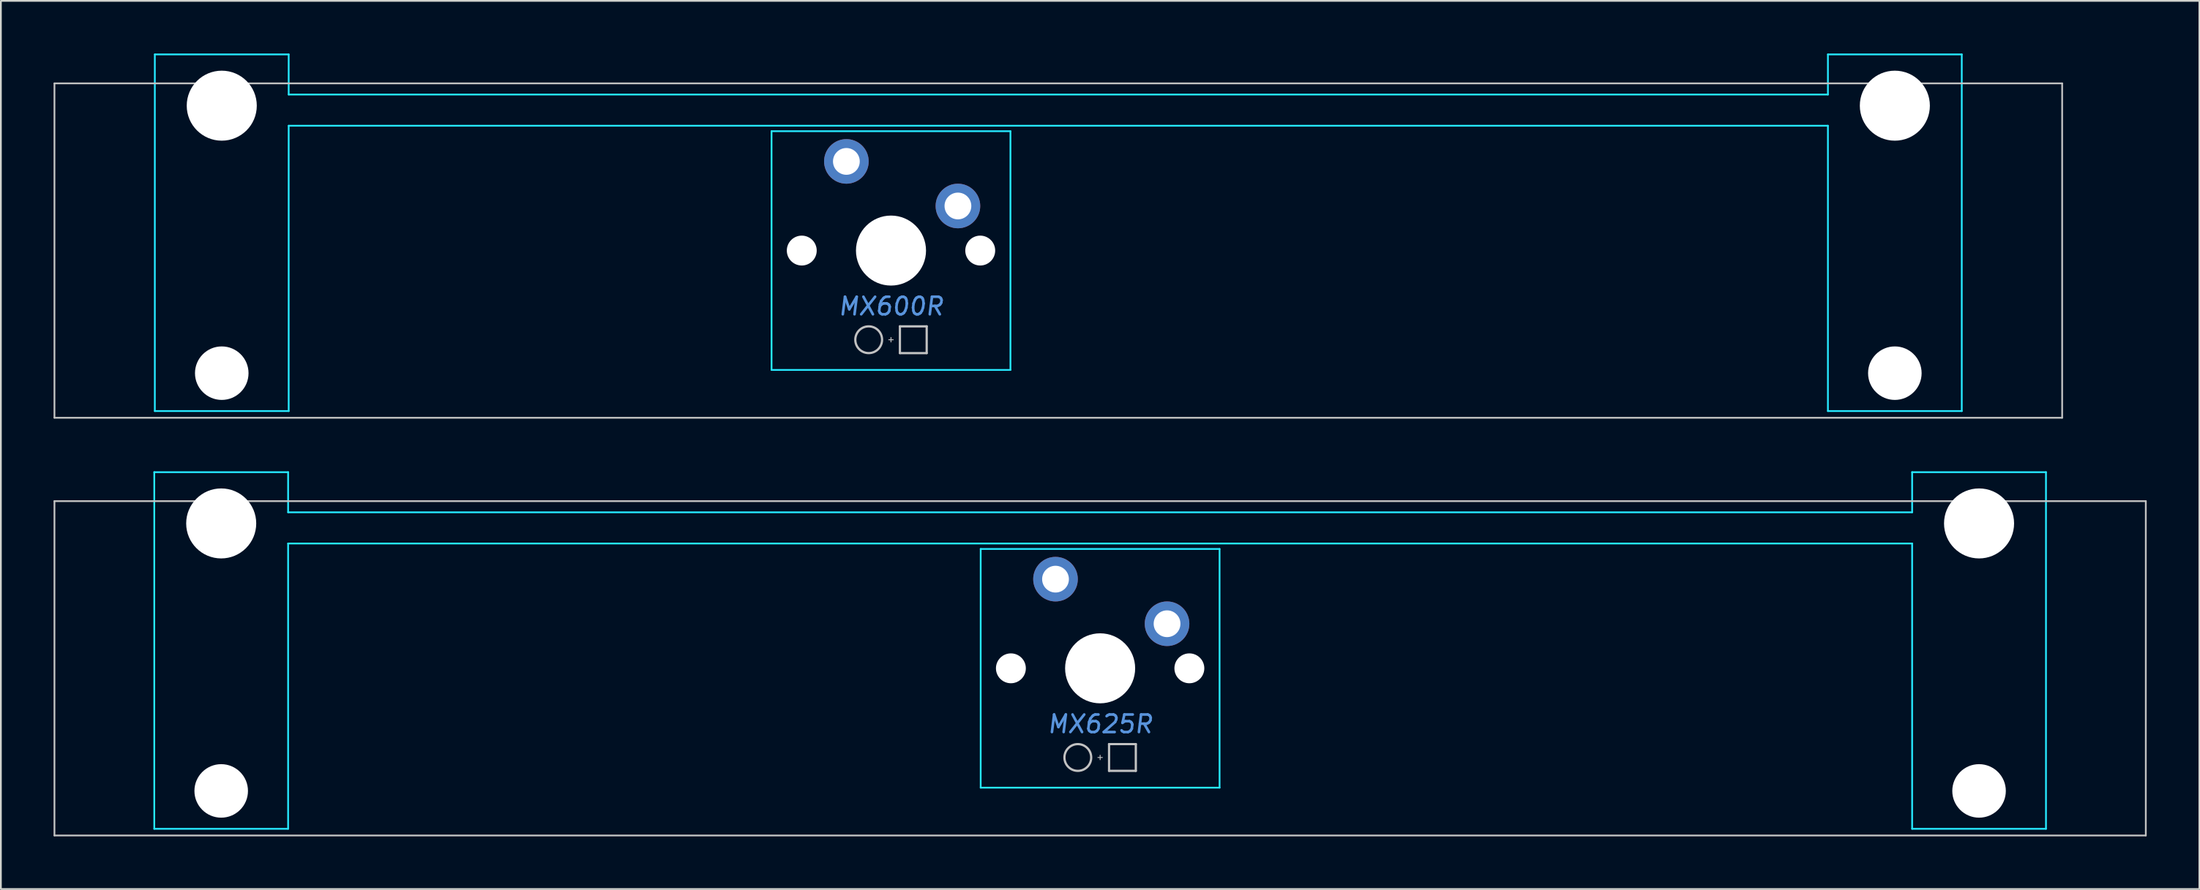
<source format=kicad_pcb>
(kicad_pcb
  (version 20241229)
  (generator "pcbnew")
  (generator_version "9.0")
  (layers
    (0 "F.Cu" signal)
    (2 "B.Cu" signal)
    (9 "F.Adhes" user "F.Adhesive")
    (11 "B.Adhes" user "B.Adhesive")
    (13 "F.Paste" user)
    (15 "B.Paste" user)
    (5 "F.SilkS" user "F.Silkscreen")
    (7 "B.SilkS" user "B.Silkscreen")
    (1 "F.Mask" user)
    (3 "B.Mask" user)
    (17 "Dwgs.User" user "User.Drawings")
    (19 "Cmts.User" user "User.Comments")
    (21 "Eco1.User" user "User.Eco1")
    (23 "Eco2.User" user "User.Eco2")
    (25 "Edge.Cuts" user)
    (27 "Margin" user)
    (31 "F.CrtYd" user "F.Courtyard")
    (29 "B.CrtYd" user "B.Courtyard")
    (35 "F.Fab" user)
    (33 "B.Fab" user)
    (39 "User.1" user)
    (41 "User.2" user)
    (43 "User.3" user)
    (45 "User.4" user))
  (footprint "MX625R"
    (layer "F.Cu")
    (at 59.581 35.027)
    (property "Reference" "MX625R" (at 0 3.175 0) (layer "Cmts.User") (effects (font (size 1 1) (thickness 0.15) (italic yes))))
    (attr through_hole)
    (fp_line (start -59.531 -9.525) (end -59.531 9.525) (stroke (width 0.1) (type solid)) (layer "Dwgs.User"))
    (fp_line (start -59.531 -9.525) (end 59.531 -9.525) (stroke (width 0.1) (type solid)) (layer "Dwgs.User"))
    (fp_line (start -59.531 9.525) (end 59.531 9.525) (stroke (width 0.1) (type solid)) (layer "Dwgs.User"))
    (fp_line (start -0.127 5.08) (end 0.127 5.08) (stroke (width 0.051) (type solid)) (layer "Dwgs.User"))
    (fp_line (start 0 5.207) (end 0 4.953) (stroke (width 0.051) (type solid)) (layer "Dwgs.User"))
    (fp_line (start 0.508 4.318) (end 0.508 5.842) (stroke (width 0.127) (type solid)) (layer "Dwgs.User"))
    (fp_line (start 0.508 4.318) (end 2.032 4.318) (stroke (width 0.127) (type solid)) (layer "Dwgs.User"))
    (fp_line (start 0.508 5.842) (end 2.032 5.842) (stroke (width 0.127) (type solid)) (layer "Dwgs.User"))
    (fp_line (start 2.032 5.842) (end 2.032 4.318) (stroke (width 0.127) (type solid)) (layer "Dwgs.User"))
    (fp_line (start 59.531 -9.525) (end 59.531 9.525) (stroke (width 0.1) (type solid)) (layer "Dwgs.User"))
    (fp_circle (center -1.27 5.08) (end -0.508 5.08) (stroke (width 0.127) (type solid)) (fill no) (layer "Dwgs.User"))
    (fp_line (start -53.538 -8.515) (end -53.538 5.485) (stroke (width 0.1) (type solid)) (layer "Eco1.User"))
    (fp_line (start -53.038 -9.015) (end -47.038 -9.015) (stroke (width 0.1) (type solid)) (layer "Eco1.User"))
    (fp_line (start -47.038 5.985) (end -53.038 5.985) (stroke (width 0.1) (type solid)) (layer "Eco1.User"))
    (fp_line (start -46.538 5.485) (end -46.538 -8.515) (stroke (width 0.1) (type solid)) (layer "Eco1.User"))
    (fp_line (start -7 -6.5) (end -7 6.5) (stroke (width 0.1) (type solid)) (layer "Eco1.User"))
    (fp_line (start -6.5 7) (end 6.5 7) (stroke (width 0.1) (type solid)) (layer "Eco1.User"))
    (fp_line (start 6.5 -7) (end -6.5 -7) (stroke (width 0.1) (type solid)) (layer "Eco1.User"))
    (fp_line (start 7 6.5) (end 7 -6.5) (stroke (width 0.1) (type solid)) (layer "Eco1.User"))
    (fp_line (start 46.538 -8.515) (end 46.538 5.485) (stroke (width 0.1) (type solid)) (layer "Eco1.User"))
    (fp_line (start 47.038 -9.015) (end 53.038 -9.015) (stroke (width 0.1) (type solid)) (layer "Eco1.User"))
    (fp_line (start 53.038 5.985) (end 47.038 5.985) (stroke (width 0.1) (type solid)) (layer "Eco1.User"))
    (fp_line (start 53.538 5.485) (end 53.538 -8.515) (stroke (width 0.1) (type solid)) (layer "Eco1.User"))
    (fp_arc (start -53.538 -8.515) (mid -53.391553 -8.868553) (end -53.038 -9.015) (stroke (width 0.1) (type solid)) (layer "Eco1.User"))
    (fp_arc (start -53.038 5.985) (mid -53.391553 5.838553) (end -53.538 5.485) (stroke (width 0.1) (type solid)) (layer "Eco1.User"))
    (fp_arc (start -47.038 -9.015) (mid -46.684447 -8.868553) (end -46.538 -8.515) (stroke (width 0.1) (type solid)) (layer "Eco1.User"))
    (fp_arc (start -46.538 5.485) (mid -46.684447 5.838553) (end -47.038 5.985) (stroke (width 0.1) (type solid)) (layer "Eco1.User"))
    (fp_arc (start -7 -6.5) (mid -6.853553 -6.853553) (end -6.5 -7) (stroke (width 0.1) (type solid)) (layer "Eco1.User"))
    (fp_arc (start -6.5 7) (mid -6.853553 6.853553) (end -7 6.5) (stroke (width 0.1) (type solid)) (layer "Eco1.User"))
    (fp_arc (start 6.5 -7) (mid 6.853553 -6.853553) (end 7 -6.5) (stroke (width 0.1) (type solid)) (layer "Eco1.User"))
    (fp_arc (start 7 6.5) (mid 6.853553 6.853553) (end 6.5 7) (stroke (width 0.1) (type solid)) (layer "Eco1.User"))
    (fp_arc (start 46.538 -8.515) (mid 46.684447 -8.868553) (end 47.038 -9.015) (stroke (width 0.1) (type solid)) (layer "Eco1.User"))
    (fp_arc (start 47.038 5.985) (mid 46.684447 5.838553) (end 46.538 5.485) (stroke (width 0.1) (type solid)) (layer "Eco1.User"))
    (fp_arc (start 53.038 -9.015) (mid 53.391553 -8.868553) (end 53.538 -8.515) (stroke (width 0.1) (type solid)) (layer "Eco1.User"))
    (fp_arc (start 53.538 5.485) (mid 53.391553 5.838553) (end 53.038 5.985) (stroke (width 0.1) (type solid)) (layer "Eco1.User"))
    (fp_line (start -53.848 9.144) (end -53.848 -11.176) (stroke (width 0.1) (type solid)) (layer "B.CrtYd"))
    (fp_line (start -46.228 -11.176) (end -53.848 -11.176) (stroke (width 0.1) (type solid)) (layer "B.CrtYd"))
    (fp_line (start -46.228 -8.89) (end -46.228 -11.176) (stroke (width 0.1) (type solid)) (layer "B.CrtYd"))
    (fp_line (start -46.228 -7.112) (end -46.228 9.144) (stroke (width 0.1) (type solid)) (layer "B.CrtYd"))
    (fp_line (start -46.228 9.144) (end -53.848 9.144) (stroke (width 0.1) (type solid)) (layer "B.CrtYd"))
    (fp_line (start -6.8 -6.8) (end -6.8 6.8) (stroke (width 0.1) (type solid)) (layer "B.CrtYd"))
    (fp_line (start -6.8 -6.8) (end 6.8 -6.8) (stroke (width 0.1) (type solid)) (layer "B.CrtYd"))
    (fp_line (start -6.8 6.8) (end 6.8 6.8) (stroke (width 0.1) (type solid)) (layer "B.CrtYd"))
    (fp_line (start 6.8 6.8) (end 6.8 -6.8) (stroke (width 0.1) (type solid)) (layer "B.CrtYd"))
    (fp_line (start 46.228 -8.89) (end -46.228 -8.89) (stroke (width 0.1) (type solid)) (layer "B.CrtYd"))
    (fp_line (start 46.228 -8.89) (end 46.228 -11.176) (stroke (width 0.1) (type solid)) (layer "B.CrtYd"))
    (fp_line (start 46.228 -7.112) (end -46.228 -7.112) (stroke (width 0.1) (type solid)) (layer "B.CrtYd"))
    (fp_line (start 46.228 -7.112) (end 46.228 9.144) (stroke (width 0.1) (type solid)) (layer "B.CrtYd"))
    (fp_line (start 53.848 -11.176) (end 46.228 -11.176) (stroke (width 0.1) (type solid)) (layer "B.CrtYd"))
    (fp_line (start 53.848 9.144) (end 46.228 9.144) (stroke (width 0.1) (type solid)) (layer "B.CrtYd"))
    (fp_line (start 53.848 9.144) (end 53.848 -11.176) (stroke (width 0.1) (type solid)) (layer "B.CrtYd"))
    (pad "" np_thru_hole circle (at -50.038 -8.255) (size 3.988 3.988) (drill 3.988) (layers "*.Cu" "*.Mask"))
    (pad "" np_thru_hole circle (at -50.038 6.985) (size 3.048 3.048) (drill 3.048) (layers "*.Cu" "*.Mask"))
    (pad "" np_thru_hole circle (at -5.08 0) (size 1.702 1.702) (drill 1.702) (layers "*.Cu" "*.Mask"))
    (pad "" np_thru_hole circle (at 0 0) (size 3.988 3.988) (drill 3.988) (layers "*.Cu" "*.Mask"))
    (pad "" np_thru_hole circle (at 5.08 0) (size 1.702 1.702) (drill 1.702) (layers "*.Cu" "*.Mask"))
    (pad "" np_thru_hole circle (at 50.038 -8.255) (size 3.988 3.988) (drill 3.988) (layers "*.Cu" "*.Mask"))
    (pad "" np_thru_hole circle (at 50.038 6.985) (size 3.048 3.048) (drill 3.048) (layers "*.Cu" "*.Mask"))
    (pad "1" thru_hole circle (at 3.81 -2.54) (size 2.54 2.54) (drill 1.524) (layers "*.Cu" "*.Mask"))
    (pad "2" thru_hole circle (at -2.54 -5.08) (size 2.54 2.54) (drill 1.524) (layers "*.Cu" "*.Mask")))
  (footprint "MX600R"
    (layer "F.Cu")
    (at 47.675 11.226)
    (property "Reference" "MX600R" (at 0 3.175 0) (layer "Cmts.User") (effects (font (size 1 1) (thickness 0.15) (italic yes))))
    (attr through_hole)
    (fp_line (start -47.625 -9.525) (end -47.625 9.525) (stroke (width 0.1) (type solid)) (layer "Dwgs.User"))
    (fp_line (start -47.625 -9.525) (end 66.675 -9.525) (stroke (width 0.1) (type solid)) (layer "Dwgs.User"))
    (fp_line (start -47.625 9.525) (end 66.675 9.525) (stroke (width 0.1) (type solid)) (layer "Dwgs.User"))
    (fp_line (start -0.127 5.08) (end 0.127 5.08) (stroke (width 0.051) (type solid)) (layer "Dwgs.User"))
    (fp_line (start 0 5.207) (end 0 4.953) (stroke (width 0.051) (type solid)) (layer "Dwgs.User"))
    (fp_line (start 0.508 4.318) (end 0.508 5.842) (stroke (width 0.127) (type solid)) (layer "Dwgs.User"))
    (fp_line (start 0.508 4.318) (end 2.032 4.318) (stroke (width 0.127) (type solid)) (layer "Dwgs.User"))
    (fp_line (start 0.508 5.842) (end 2.032 5.842) (stroke (width 0.127) (type solid)) (layer "Dwgs.User"))
    (fp_line (start 2.032 5.842) (end 2.032 4.318) (stroke (width 0.127) (type solid)) (layer "Dwgs.User"))
    (fp_line (start 66.675 -9.525) (end 66.675 9.525) (stroke (width 0.1) (type solid)) (layer "Dwgs.User"))
    (fp_circle (center -1.27 5.08) (end -0.508 5.08) (stroke (width 0.127) (type solid)) (fill no) (layer "Dwgs.User"))
    (fp_line (start -41.6 -8.515) (end -41.6 5.485) (stroke (width 0.1) (type solid)) (layer "Eco1.User"))
    (fp_line (start -41.1 -9.015) (end -35.1 -9.015) (stroke (width 0.1) (type solid)) (layer "Eco1.User"))
    (fp_line (start -35.1 5.985) (end -41.1 5.985) (stroke (width 0.1) (type solid)) (layer "Eco1.User"))
    (fp_line (start -34.6 5.485) (end -34.6 -8.515) (stroke (width 0.1) (type solid)) (layer "Eco1.User"))
    (fp_line (start -7 -6.5) (end -7 6.5) (stroke (width 0.1) (type solid)) (layer "Eco1.User"))
    (fp_line (start -6.5 7) (end 6.5 7) (stroke (width 0.1) (type solid)) (layer "Eco1.User"))
    (fp_line (start 6.5 -7) (end -6.5 -7) (stroke (width 0.1) (type solid)) (layer "Eco1.User"))
    (fp_line (start 7 6.5) (end 7 -6.5) (stroke (width 0.1) (type solid)) (layer "Eco1.User"))
    (fp_line (start 53.65 -8.515) (end 53.65 5.485) (stroke (width 0.1) (type solid)) (layer "Eco1.User"))
    (fp_line (start 54.15 -9.015) (end 60.15 -9.015) (stroke (width 0.1) (type solid)) (layer "Eco1.User"))
    (fp_line (start 60.15 5.985) (end 54.15 5.985) (stroke (width 0.1) (type solid)) (layer "Eco1.User"))
    (fp_line (start 60.65 5.485) (end 60.65 -8.515) (stroke (width 0.1) (type solid)) (layer "Eco1.User"))
    (fp_arc (start -41.6 -8.515) (mid -41.453553 -8.868553) (end -41.1 -9.015) (stroke (width 0.1) (type solid)) (layer "Eco1.User"))
    (fp_arc (start -35.1 -9.015) (mid -34.746447 -8.868553) (end -34.6 -8.515) (stroke (width 0.1) (type solid)) (layer "Eco1.User"))
    (fp_arc (start -34.6 5.485) (mid -34.746447 5.838553) (end -35.1 5.985) (stroke (width 0.1) (type solid)) (layer "Eco1.User"))
    (fp_arc (start -7 -6.5) (mid -6.853553 -6.853553) (end -6.5 -7) (stroke (width 0.1) (type solid)) (layer "Eco1.User"))
    (fp_arc (start -6.5 7) (mid -6.853553 6.853553) (end -7 6.5) (stroke (width 0.1) (type solid)) (layer "Eco1.User"))
    (fp_arc (start 6.5 -7) (mid 6.853553 -6.853553) (end 7 -6.5) (stroke (width 0.1) (type solid)) (layer "Eco1.User"))
    (fp_arc (start 7 6.5) (mid 6.853553 6.853553) (end 6.5 7) (stroke (width 0.1) (type solid)) (layer "Eco1.User"))
    (fp_arc (start 53.65 -8.515) (mid 53.796447 -8.868553) (end 54.15 -9.015) (stroke (width 0.1) (type solid)) (layer "Eco1.User"))
    (fp_arc (start 54.15 5.985) (mid 53.796447 5.838553) (end 53.65 5.485) (stroke (width 0.1) (type solid)) (layer "Eco1.User"))
    (fp_arc (start 60.15 -9.015) (mid 60.503553 -8.868553) (end 60.65 -8.515) (stroke (width 0.1) (type solid)) (layer "Eco1.User"))
    (fp_arc (start 60.65 5.485) (mid 60.503553 5.838553) (end 60.15 5.985) (stroke (width 0.1) (type solid)) (layer "Eco1.User"))
    (fp_line (start -41.91 9.144) (end -41.91 -11.176) (stroke (width 0.1) (type solid)) (layer "B.CrtYd"))
    (fp_line (start -34.29 -11.176) (end -41.91 -11.176) (stroke (width 0.1) (type solid)) (layer "B.CrtYd"))
    (fp_line (start -34.29 -8.89) (end -34.29 -11.176) (stroke (width 0.1) (type solid)) (layer "B.CrtYd"))
    (fp_line (start -34.29 -7.112) (end -34.29 9.144) (stroke (width 0.1) (type solid)) (layer "B.CrtYd"))
    (fp_line (start -34.29 9.144) (end -41.91 9.144) (stroke (width 0.1) (type solid)) (layer "B.CrtYd"))
    (fp_line (start -6.8 -6.8) (end -6.8 6.8) (stroke (width 0.1) (type solid)) (layer "B.CrtYd"))
    (fp_line (start -6.8 -6.8) (end 6.8 -6.8) (stroke (width 0.1) (type solid)) (layer "B.CrtYd"))
    (fp_line (start -6.8 6.8) (end 6.8 6.8) (stroke (width 0.1) (type solid)) (layer "B.CrtYd"))
    (fp_line (start 6.8 6.8) (end 6.8 -6.8) (stroke (width 0.1) (type solid)) (layer "B.CrtYd"))
    (fp_line (start 53.34 -8.89) (end -34.29 -8.89) (stroke (width 0.1) (type solid)) (layer "B.CrtYd"))
    (fp_line (start 53.34 -8.89) (end 53.34 -11.176) (stroke (width 0.1) (type solid)) (layer "B.CrtYd"))
    (fp_line (start 53.34 -7.112) (end -34.29 -7.112) (stroke (width 0.1) (type solid)) (layer "B.CrtYd"))
    (fp_line (start 53.34 -7.112) (end 53.34 9.144) (stroke (width 0.1) (type solid)) (layer "B.CrtYd"))
    (fp_line (start 60.96 -11.176) (end 53.34 -11.176) (stroke (width 0.1) (type solid)) (layer "B.CrtYd"))
    (fp_line (start 60.96 9.144) (end 53.34 9.144) (stroke (width 0.1) (type solid)) (layer "B.CrtYd"))
    (fp_line (start 60.96 9.144) (end 60.96 -11.176) (stroke (width 0.1) (type solid)) (layer "B.CrtYd"))
    (pad "" np_thru_hole circle (at -38.1 -8.255) (size 3.988 3.988) (drill 3.988) (layers "*.Cu" "*.Mask"))
    (pad "" np_thru_hole circle (at -38.1 6.985) (size 3.048 3.048) (drill 3.048) (layers "*.Cu" "*.Mask"))
    (pad "" np_thru_hole circle (at -5.08 0) (size 1.702 1.702) (drill 1.702) (layers "*.Cu" "*.Mask"))
    (pad "" np_thru_hole circle (at 0 0) (size 3.988 3.988) (drill 3.988) (layers "*.Cu" "*.Mask"))
    (pad "" np_thru_hole circle (at 5.08 0) (size 1.702 1.702) (drill 1.702) (layers "*.Cu" "*.Mask"))
    (pad "" np_thru_hole circle (at 57.15 -8.255) (size 3.988 3.988) (drill 3.988) (layers "*.Cu" "*.Mask"))
    (pad "" np_thru_hole circle (at 57.15 6.985) (size 3.048 3.048) (drill 3.048) (layers "*.Cu" "*.Mask"))
    (pad "1" thru_hole circle (at 3.81 -2.54) (size 2.54 2.54) (drill 1.524) (layers "*.Cu" "*.Mask"))
    (pad "2" thru_hole circle (at -2.54 -5.08) (size 2.54 2.54) (drill 1.524) (layers "*.Cu" "*.Mask")))
  (gr_rect
    (start -3 -3)
    (end 122.162 47.602)
    (stroke (width 0.1) (type default))
    (fill no)
    (layer "Edge.Cuts")))
</source>
